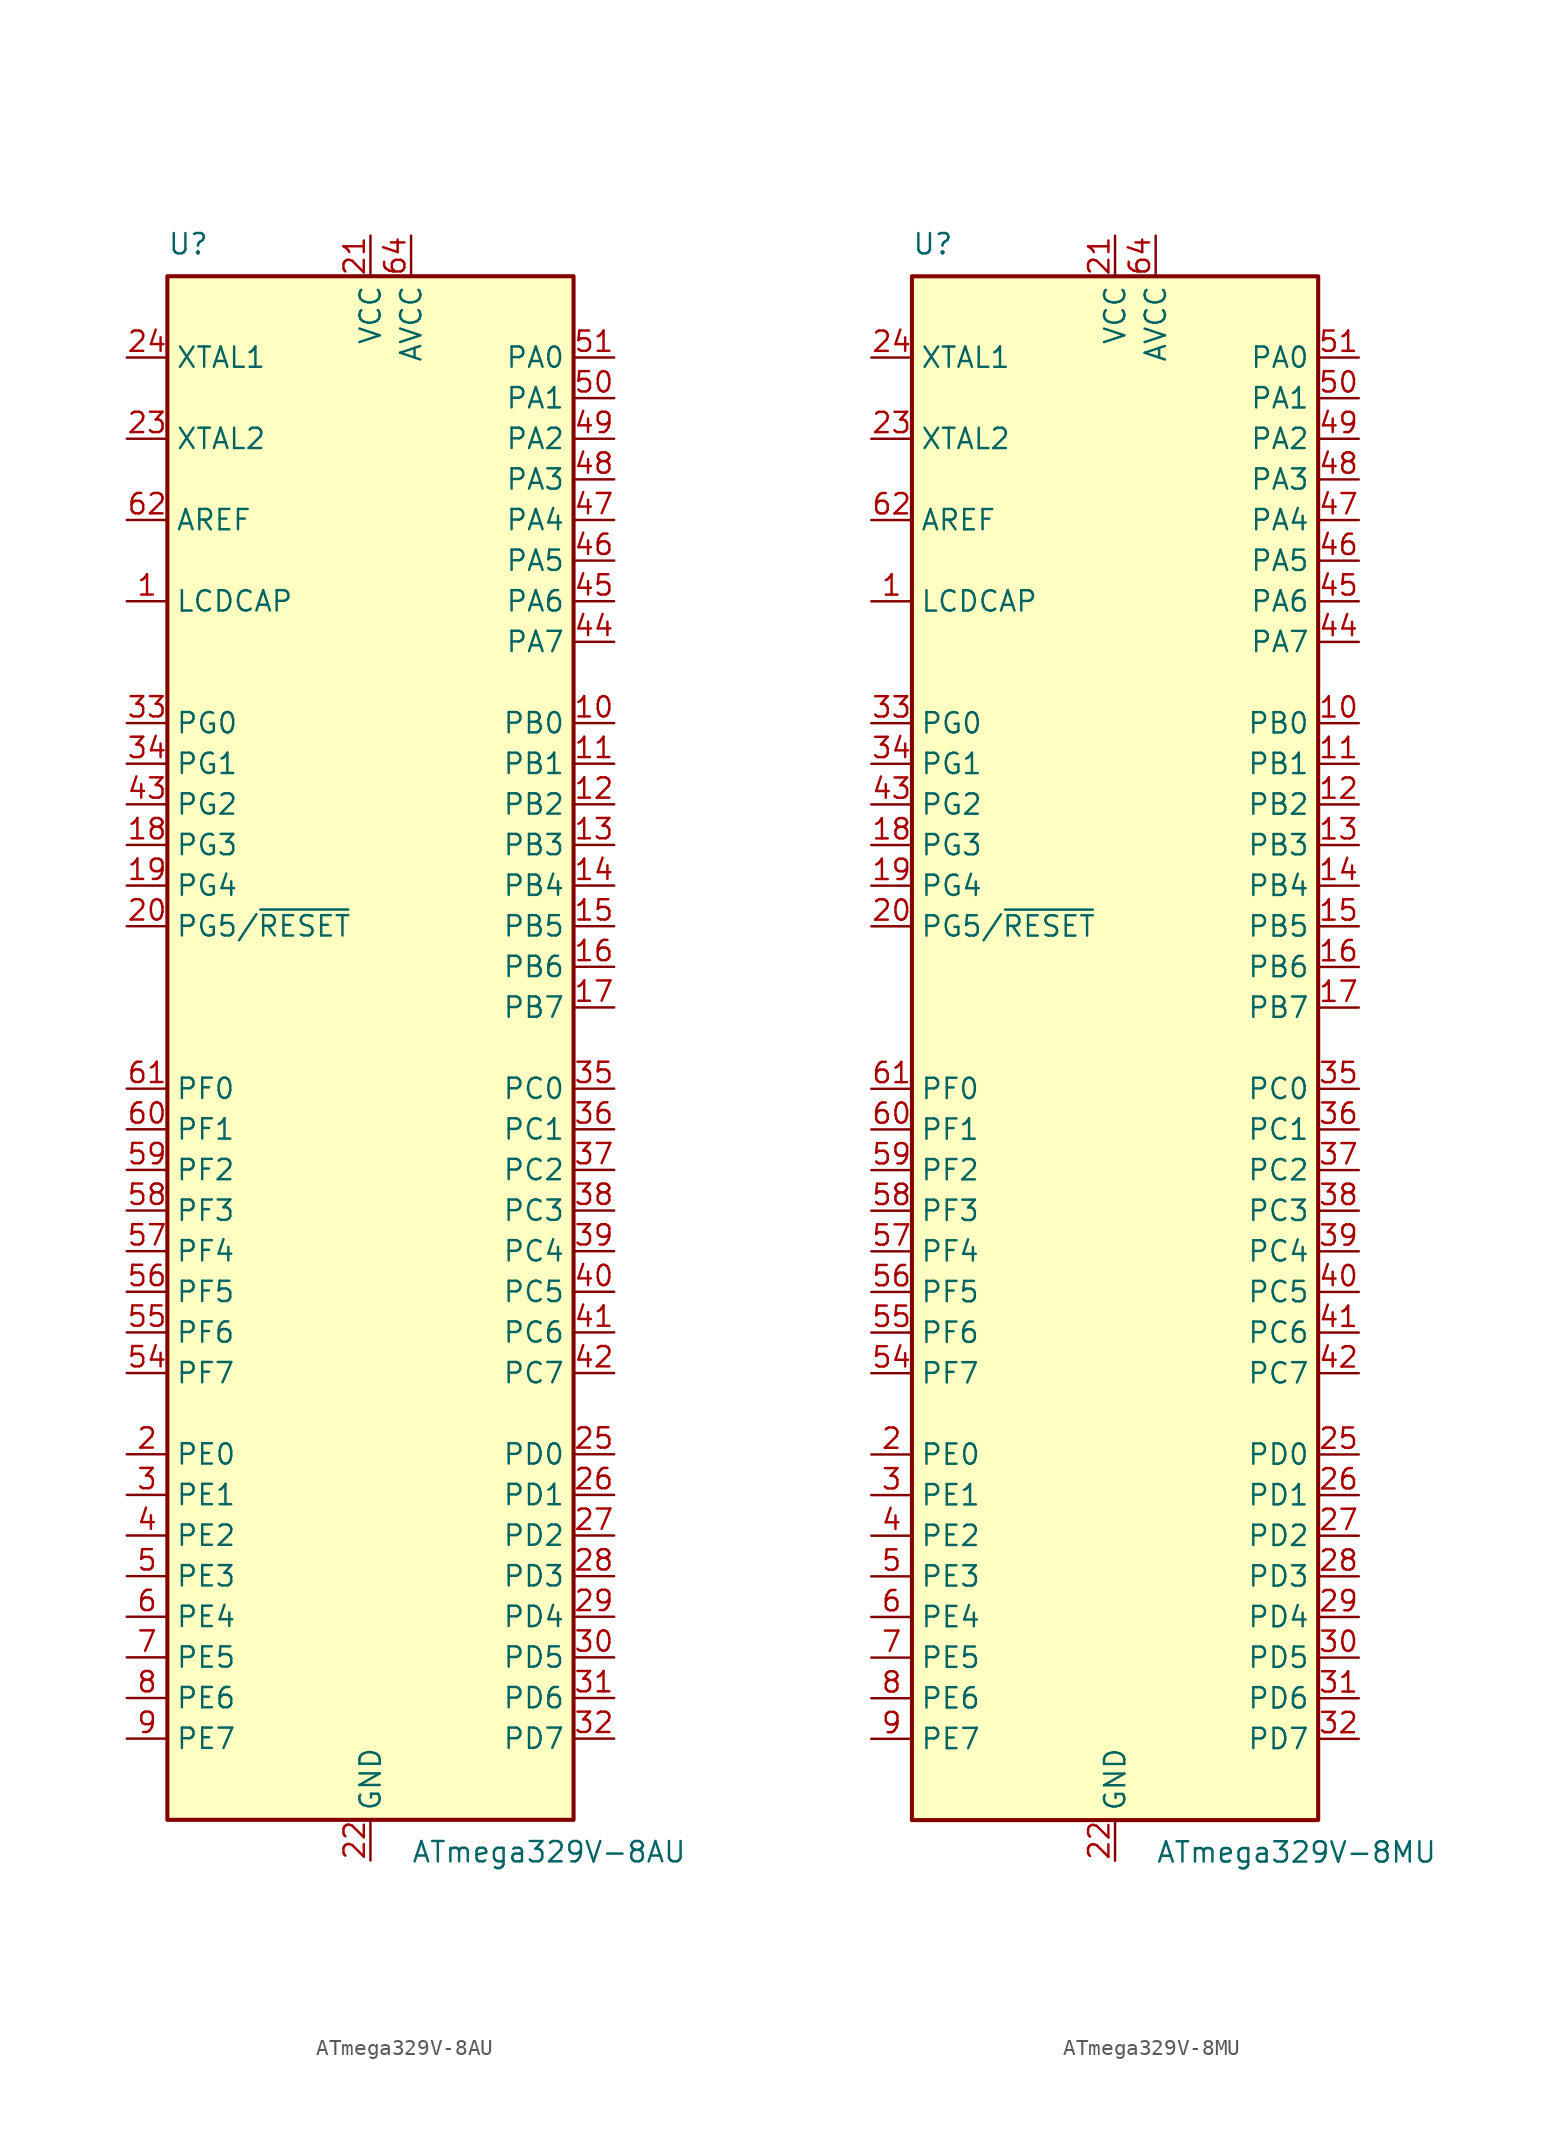
<source format=kicad_sym>
(kicad_symbol_lib
  (version 20211014)
  (generator kicad_symbol_editor)
  (symbol "ATmega329V-8AU"
    (property "Reference" "U"
      (at -12.7 49.53 0)
      (effects (font (size 1.27 1.27)) (justify left bottom)))
    (property "Value" "ATmega329V-8AU"
      (at 2.54 -49.53 0)
      (effects (font (size 1.27 1.27)) (justify left top)))
    (symbol "ATmega329V-8AU_0_1"
      (rectangle (start -12.7 -48.26) (end 12.7 48.26) (stroke (width 0.254) (type default) (color 0 0 0 0)) (fill (type background))))
    (symbol "ATmega329V-8AU_1_1"
      (pin passive line (at -15.24 27.94 0) (length 2.54) (name "LCDCAP" (effects (font (size 1.27 1.27)))) (number "1" (effects (font (size 1.27 1.27)))))
      (pin bidirectional line (at 15.24 20.32 180) (length 2.54) (name "PB0" (effects (font (size 1.27 1.27)))) (number "10" (effects (font (size 1.27 1.27)))))
      (pin bidirectional line (at 15.24 17.78 180) (length 2.54) (name "PB1" (effects (font (size 1.27 1.27)))) (number "11" (effects (font (size 1.27 1.27)))))
      (pin bidirectional line (at 15.24 15.24 180) (length 2.54) (name "PB2" (effects (font (size 1.27 1.27)))) (number "12" (effects (font (size 1.27 1.27)))))
      (pin bidirectional line (at 15.24 12.7 180) (length 2.54) (name "PB3" (effects (font (size 1.27 1.27)))) (number "13" (effects (font (size 1.27 1.27)))))
      (pin bidirectional line (at 15.24 10.16 180) (length 2.54) (name "PB4" (effects (font (size 1.27 1.27)))) (number "14" (effects (font (size 1.27 1.27)))))
      (pin bidirectional line (at 15.24 7.62 180) (length 2.54) (name "PB5" (effects (font (size 1.27 1.27)))) (number "15" (effects (font (size 1.27 1.27)))))
      (pin bidirectional line (at 15.24 5.08 180) (length 2.54) (name "PB6" (effects (font (size 1.27 1.27)))) (number "16" (effects (font (size 1.27 1.27)))))
      (pin bidirectional line (at 15.24 2.54 180) (length 2.54) (name "PB7" (effects (font (size 1.27 1.27)))) (number "17" (effects (font (size 1.27 1.27)))))
      (pin bidirectional line (at -15.24 12.7 0) (length 2.54) (name "PG3" (effects (font (size 1.27 1.27)))) (number "18" (effects (font (size 1.27 1.27)))))
      (pin bidirectional line (at -15.24 10.16 0) (length 2.54) (name "PG4" (effects (font (size 1.27 1.27)))) (number "19" (effects (font (size 1.27 1.27)))))
      (pin bidirectional line (at -15.24 -25.4 0) (length 2.54) (name "PE0" (effects (font (size 1.27 1.27)))) (number "2" (effects (font (size 1.27 1.27)))))
      (pin bidirectional line (at -15.24 7.62 0) (length 2.54) (name "PG5/~{RESET}" (effects (font (size 1.27 1.27)))) (number "20" (effects (font (size 1.27 1.27)))))
      (pin power_in line (at 0 50.8 270) (length 2.54) (name "VCC" (effects (font (size 1.27 1.27)))) (number "21" (effects (font (size 1.27 1.27)))))
      (pin power_in line (at 0 -50.8 90) (length 2.54) (name "GND" (effects (font (size 1.27 1.27)))) (number "22" (effects (font (size 1.27 1.27)))))
      (pin output line (at -15.24 38.1 0) (length 2.54) (name "XTAL2" (effects (font (size 1.27 1.27)))) (number "23" (effects (font (size 1.27 1.27)))))
      (pin input line (at -15.24 43.18 0) (length 2.54) (name "XTAL1" (effects (font (size 1.27 1.27)))) (number "24" (effects (font (size 1.27 1.27)))))
      (pin bidirectional line (at 15.24 -25.4 180) (length 2.54) (name "PD0" (effects (font (size 1.27 1.27)))) (number "25" (effects (font (size 1.27 1.27)))))
      (pin bidirectional line (at 15.24 -27.94 180) (length 2.54) (name "PD1" (effects (font (size 1.27 1.27)))) (number "26" (effects (font (size 1.27 1.27)))))
      (pin bidirectional line (at 15.24 -30.48 180) (length 2.54) (name "PD2" (effects (font (size 1.27 1.27)))) (number "27" (effects (font (size 1.27 1.27)))))
      (pin bidirectional line (at 15.24 -33.02 180) (length 2.54) (name "PD3" (effects (font (size 1.27 1.27)))) (number "28" (effects (font (size 1.27 1.27)))))
      (pin bidirectional line (at 15.24 -35.56 180) (length 2.54) (name "PD4" (effects (font (size 1.27 1.27)))) (number "29" (effects (font (size 1.27 1.27)))))
      (pin bidirectional line (at -15.24 -27.94 0) (length 2.54) (name "PE1" (effects (font (size 1.27 1.27)))) (number "3" (effects (font (size 1.27 1.27)))))
      (pin bidirectional line (at 15.24 -38.1 180) (length 2.54) (name "PD5" (effects (font (size 1.27 1.27)))) (number "30" (effects (font (size 1.27 1.27)))))
      (pin bidirectional line (at 15.24 -40.64 180) (length 2.54) (name "PD6" (effects (font (size 1.27 1.27)))) (number "31" (effects (font (size 1.27 1.27)))))
      (pin bidirectional line (at 15.24 -43.18 180) (length 2.54) (name "PD7" (effects (font (size 1.27 1.27)))) (number "32" (effects (font (size 1.27 1.27)))))
      (pin bidirectional line (at -15.24 20.32 0) (length 2.54) (name "PG0" (effects (font (size 1.27 1.27)))) (number "33" (effects (font (size 1.27 1.27)))))
      (pin bidirectional line (at -15.24 17.78 0) (length 2.54) (name "PG1" (effects (font (size 1.27 1.27)))) (number "34" (effects (font (size 1.27 1.27)))))
      (pin bidirectional line (at 15.24 -2.54 180) (length 2.54) (name "PC0" (effects (font (size 1.27 1.27)))) (number "35" (effects (font (size 1.27 1.27)))))
      (pin bidirectional line (at 15.24 -5.08 180) (length 2.54) (name "PC1" (effects (font (size 1.27 1.27)))) (number "36" (effects (font (size 1.27 1.27)))))
      (pin bidirectional line (at 15.24 -7.62 180) (length 2.54) (name "PC2" (effects (font (size 1.27 1.27)))) (number "37" (effects (font (size 1.27 1.27)))))
      (pin bidirectional line (at 15.24 -10.16 180) (length 2.54) (name "PC3" (effects (font (size 1.27 1.27)))) (number "38" (effects (font (size 1.27 1.27)))))
      (pin bidirectional line (at 15.24 -12.7 180) (length 2.54) (name "PC4" (effects (font (size 1.27 1.27)))) (number "39" (effects (font (size 1.27 1.27)))))
      (pin bidirectional line (at -15.24 -30.48 0) (length 2.54) (name "PE2" (effects (font (size 1.27 1.27)))) (number "4" (effects (font (size 1.27 1.27)))))
      (pin bidirectional line (at 15.24 -15.24 180) (length 2.54) (name "PC5" (effects (font (size 1.27 1.27)))) (number "40" (effects (font (size 1.27 1.27)))))
      (pin bidirectional line (at 15.24 -17.78 180) (length 2.54) (name "PC6" (effects (font (size 1.27 1.27)))) (number "41" (effects (font (size 1.27 1.27)))))
      (pin bidirectional line (at 15.24 -20.32 180) (length 2.54) (name "PC7" (effects (font (size 1.27 1.27)))) (number "42" (effects (font (size 1.27 1.27)))))
      (pin bidirectional line (at -15.24 15.24 0) (length 2.54) (name "PG2" (effects (font (size 1.27 1.27)))) (number "43" (effects (font (size 1.27 1.27)))))
      (pin bidirectional line (at 15.24 25.4 180) (length 2.54) (name "PA7" (effects (font (size 1.27 1.27)))) (number "44" (effects (font (size 1.27 1.27)))))
      (pin bidirectional line (at 15.24 27.94 180) (length 2.54) (name "PA6" (effects (font (size 1.27 1.27)))) (number "45" (effects (font (size 1.27 1.27)))))
      (pin bidirectional line (at 15.24 30.48 180) (length 2.54) (name "PA5" (effects (font (size 1.27 1.27)))) (number "46" (effects (font (size 1.27 1.27)))))
      (pin bidirectional line (at 15.24 33.02 180) (length 2.54) (name "PA4" (effects (font (size 1.27 1.27)))) (number "47" (effects (font (size 1.27 1.27)))))
      (pin bidirectional line (at 15.24 35.56 180) (length 2.54) (name "PA3" (effects (font (size 1.27 1.27)))) (number "48" (effects (font (size 1.27 1.27)))))
      (pin bidirectional line (at 15.24 38.1 180) (length 2.54) (name "PA2" (effects (font (size 1.27 1.27)))) (number "49" (effects (font (size 1.27 1.27)))))
      (pin bidirectional line (at -15.24 -33.02 0) (length 2.54) (name "PE3" (effects (font (size 1.27 1.27)))) (number "5" (effects (font (size 1.27 1.27)))))
      (pin bidirectional line (at 15.24 40.64 180) (length 2.54) (name "PA1" (effects (font (size 1.27 1.27)))) (number "50" (effects (font (size 1.27 1.27)))))
      (pin bidirectional line (at 15.24 43.18 180) (length 2.54) (name "PA0" (effects (font (size 1.27 1.27)))) (number "51" (effects (font (size 1.27 1.27)))))
      (pin passive line (at 0 50.8 270) (length 2.54) hide (name "VCC" (effects (font (size 1.27 1.27)))) (number "52" (effects (font (size 1.27 1.27)))))
      (pin passive line (at 0 -50.8 90) (length 2.54) hide (name "GND" (effects (font (size 1.27 1.27)))) (number "53" (effects (font (size 1.27 1.27)))))
      (pin bidirectional line (at -15.24 -20.32 0) (length 2.54) (name "PF7" (effects (font (size 1.27 1.27)))) (number "54" (effects (font (size 1.27 1.27)))))
      (pin bidirectional line (at -15.24 -17.78 0) (length 2.54) (name "PF6" (effects (font (size 1.27 1.27)))) (number "55" (effects (font (size 1.27 1.27)))))
      (pin bidirectional line (at -15.24 -15.24 0) (length 2.54) (name "PF5" (effects (font (size 1.27 1.27)))) (number "56" (effects (font (size 1.27 1.27)))))
      (pin bidirectional line (at -15.24 -12.7 0) (length 2.54) (name "PF4" (effects (font (size 1.27 1.27)))) (number "57" (effects (font (size 1.27 1.27)))))
      (pin bidirectional line (at -15.24 -10.16 0) (length 2.54) (name "PF3" (effects (font (size 1.27 1.27)))) (number "58" (effects (font (size 1.27 1.27)))))
      (pin bidirectional line (at -15.24 -7.62 0) (length 2.54) (name "PF2" (effects (font (size 1.27 1.27)))) (number "59" (effects (font (size 1.27 1.27)))))
      (pin bidirectional line (at -15.24 -35.56 0) (length 2.54) (name "PE4" (effects (font (size 1.27 1.27)))) (number "6" (effects (font (size 1.27 1.27)))))
      (pin bidirectional line (at -15.24 -5.08 0) (length 2.54) (name "PF1" (effects (font (size 1.27 1.27)))) (number "60" (effects (font (size 1.27 1.27)))))
      (pin bidirectional line (at -15.24 -2.54 0) (length 2.54) (name "PF0" (effects (font (size 1.27 1.27)))) (number "61" (effects (font (size 1.27 1.27)))))
      (pin passive line (at -15.24 33.02 0) (length 2.54) (name "AREF" (effects (font (size 1.27 1.27)))) (number "62" (effects (font (size 1.27 1.27)))))
      (pin passive line (at 0 -50.8 90) (length 2.54) hide (name "GND" (effects (font (size 1.27 1.27)))) (number "63" (effects (font (size 1.27 1.27)))))
      (pin power_in line (at 2.54 50.8 270) (length 2.54) (name "AVCC" (effects (font (size 1.27 1.27)))) (number "64" (effects (font (size 1.27 1.27)))))
      (pin bidirectional line (at -15.24 -38.1 0) (length 2.54) (name "PE5" (effects (font (size 1.27 1.27)))) (number "7" (effects (font (size 1.27 1.27)))))
      (pin bidirectional line (at -15.24 -40.64 0) (length 2.54) (name "PE6" (effects (font (size 1.27 1.27)))) (number "8" (effects (font (size 1.27 1.27)))))
      (pin bidirectional line (at -15.24 -43.18 0) (length 2.54) (name "PE7" (effects (font (size 1.27 1.27)))) (number "9" (effects (font (size 1.27 1.27)))))))
  (symbol "ATmega329V-8MU"
    (property "Reference" "U"
      (at -12.7 49.53 0)
      (effects (font (size 1.27 1.27)) (justify left bottom)))
    (property "Value" "ATmega329V-8MU"
      (at 2.54 -49.53 0)
      (effects (font (size 1.27 1.27)) (justify left top)))
    (symbol "ATmega329V-8MU_0_1"
      (rectangle (start -12.7 -48.26) (end 12.7 48.26) (stroke (width 0.254) (type default) (color 0 0 0 0)) (fill (type background))))
    (symbol "ATmega329V-8MU_1_1"
      (pin passive line (at -15.24 27.94 0) (length 2.54) (name "LCDCAP" (effects (font (size 1.27 1.27)))) (number "1" (effects (font (size 1.27 1.27)))))
      (pin bidirectional line (at 15.24 20.32 180) (length 2.54) (name "PB0" (effects (font (size 1.27 1.27)))) (number "10" (effects (font (size 1.27 1.27)))))
      (pin bidirectional line (at 15.24 17.78 180) (length 2.54) (name "PB1" (effects (font (size 1.27 1.27)))) (number "11" (effects (font (size 1.27 1.27)))))
      (pin bidirectional line (at 15.24 15.24 180) (length 2.54) (name "PB2" (effects (font (size 1.27 1.27)))) (number "12" (effects (font (size 1.27 1.27)))))
      (pin bidirectional line (at 15.24 12.7 180) (length 2.54) (name "PB3" (effects (font (size 1.27 1.27)))) (number "13" (effects (font (size 1.27 1.27)))))
      (pin bidirectional line (at 15.24 10.16 180) (length 2.54) (name "PB4" (effects (font (size 1.27 1.27)))) (number "14" (effects (font (size 1.27 1.27)))))
      (pin bidirectional line (at 15.24 7.62 180) (length 2.54) (name "PB5" (effects (font (size 1.27 1.27)))) (number "15" (effects (font (size 1.27 1.27)))))
      (pin bidirectional line (at 15.24 5.08 180) (length 2.54) (name "PB6" (effects (font (size 1.27 1.27)))) (number "16" (effects (font (size 1.27 1.27)))))
      (pin bidirectional line (at 15.24 2.54 180) (length 2.54) (name "PB7" (effects (font (size 1.27 1.27)))) (number "17" (effects (font (size 1.27 1.27)))))
      (pin bidirectional line (at -15.24 12.7 0) (length 2.54) (name "PG3" (effects (font (size 1.27 1.27)))) (number "18" (effects (font (size 1.27 1.27)))))
      (pin bidirectional line (at -15.24 10.16 0) (length 2.54) (name "PG4" (effects (font (size 1.27 1.27)))) (number "19" (effects (font (size 1.27 1.27)))))
      (pin bidirectional line (at -15.24 -25.4 0) (length 2.54) (name "PE0" (effects (font (size 1.27 1.27)))) (number "2" (effects (font (size 1.27 1.27)))))
      (pin bidirectional line (at -15.24 7.62 0) (length 2.54) (name "PG5/~{RESET}" (effects (font (size 1.27 1.27)))) (number "20" (effects (font (size 1.27 1.27)))))
      (pin power_in line (at 0 50.8 270) (length 2.54) (name "VCC" (effects (font (size 1.27 1.27)))) (number "21" (effects (font (size 1.27 1.27)))))
      (pin power_in line (at 0 -50.8 90) (length 2.54) (name "GND" (effects (font (size 1.27 1.27)))) (number "22" (effects (font (size 1.27 1.27)))))
      (pin output line (at -15.24 38.1 0) (length 2.54) (name "XTAL2" (effects (font (size 1.27 1.27)))) (number "23" (effects (font (size 1.27 1.27)))))
      (pin input line (at -15.24 43.18 0) (length 2.54) (name "XTAL1" (effects (font (size 1.27 1.27)))) (number "24" (effects (font (size 1.27 1.27)))))
      (pin bidirectional line (at 15.24 -25.4 180) (length 2.54) (name "PD0" (effects (font (size 1.27 1.27)))) (number "25" (effects (font (size 1.27 1.27)))))
      (pin bidirectional line (at 15.24 -27.94 180) (length 2.54) (name "PD1" (effects (font (size 1.27 1.27)))) (number "26" (effects (font (size 1.27 1.27)))))
      (pin bidirectional line (at 15.24 -30.48 180) (length 2.54) (name "PD2" (effects (font (size 1.27 1.27)))) (number "27" (effects (font (size 1.27 1.27)))))
      (pin bidirectional line (at 15.24 -33.02 180) (length 2.54) (name "PD3" (effects (font (size 1.27 1.27)))) (number "28" (effects (font (size 1.27 1.27)))))
      (pin bidirectional line (at 15.24 -35.56 180) (length 2.54) (name "PD4" (effects (font (size 1.27 1.27)))) (number "29" (effects (font (size 1.27 1.27)))))
      (pin bidirectional line (at -15.24 -27.94 0) (length 2.54) (name "PE1" (effects (font (size 1.27 1.27)))) (number "3" (effects (font (size 1.27 1.27)))))
      (pin bidirectional line (at 15.24 -38.1 180) (length 2.54) (name "PD5" (effects (font (size 1.27 1.27)))) (number "30" (effects (font (size 1.27 1.27)))))
      (pin bidirectional line (at 15.24 -40.64 180) (length 2.54) (name "PD6" (effects (font (size 1.27 1.27)))) (number "31" (effects (font (size 1.27 1.27)))))
      (pin bidirectional line (at 15.24 -43.18 180) (length 2.54) (name "PD7" (effects (font (size 1.27 1.27)))) (number "32" (effects (font (size 1.27 1.27)))))
      (pin bidirectional line (at -15.24 20.32 0) (length 2.54) (name "PG0" (effects (font (size 1.27 1.27)))) (number "33" (effects (font (size 1.27 1.27)))))
      (pin bidirectional line (at -15.24 17.78 0) (length 2.54) (name "PG1" (effects (font (size 1.27 1.27)))) (number "34" (effects (font (size 1.27 1.27)))))
      (pin bidirectional line (at 15.24 -2.54 180) (length 2.54) (name "PC0" (effects (font (size 1.27 1.27)))) (number "35" (effects (font (size 1.27 1.27)))))
      (pin bidirectional line (at 15.24 -5.08 180) (length 2.54) (name "PC1" (effects (font (size 1.27 1.27)))) (number "36" (effects (font (size 1.27 1.27)))))
      (pin bidirectional line (at 15.24 -7.62 180) (length 2.54) (name "PC2" (effects (font (size 1.27 1.27)))) (number "37" (effects (font (size 1.27 1.27)))))
      (pin bidirectional line (at 15.24 -10.16 180) (length 2.54) (name "PC3" (effects (font (size 1.27 1.27)))) (number "38" (effects (font (size 1.27 1.27)))))
      (pin bidirectional line (at 15.24 -12.7 180) (length 2.54) (name "PC4" (effects (font (size 1.27 1.27)))) (number "39" (effects (font (size 1.27 1.27)))))
      (pin bidirectional line (at -15.24 -30.48 0) (length 2.54) (name "PE2" (effects (font (size 1.27 1.27)))) (number "4" (effects (font (size 1.27 1.27)))))
      (pin bidirectional line (at 15.24 -15.24 180) (length 2.54) (name "PC5" (effects (font (size 1.27 1.27)))) (number "40" (effects (font (size 1.27 1.27)))))
      (pin bidirectional line (at 15.24 -17.78 180) (length 2.54) (name "PC6" (effects (font (size 1.27 1.27)))) (number "41" (effects (font (size 1.27 1.27)))))
      (pin bidirectional line (at 15.24 -20.32 180) (length 2.54) (name "PC7" (effects (font (size 1.27 1.27)))) (number "42" (effects (font (size 1.27 1.27)))))
      (pin bidirectional line (at -15.24 15.24 0) (length 2.54) (name "PG2" (effects (font (size 1.27 1.27)))) (number "43" (effects (font (size 1.27 1.27)))))
      (pin bidirectional line (at 15.24 25.4 180) (length 2.54) (name "PA7" (effects (font (size 1.27 1.27)))) (number "44" (effects (font (size 1.27 1.27)))))
      (pin bidirectional line (at 15.24 27.94 180) (length 2.54) (name "PA6" (effects (font (size 1.27 1.27)))) (number "45" (effects (font (size 1.27 1.27)))))
      (pin bidirectional line (at 15.24 30.48 180) (length 2.54) (name "PA5" (effects (font (size 1.27 1.27)))) (number "46" (effects (font (size 1.27 1.27)))))
      (pin bidirectional line (at 15.24 33.02 180) (length 2.54) (name "PA4" (effects (font (size 1.27 1.27)))) (number "47" (effects (font (size 1.27 1.27)))))
      (pin bidirectional line (at 15.24 35.56 180) (length 2.54) (name "PA3" (effects (font (size 1.27 1.27)))) (number "48" (effects (font (size 1.27 1.27)))))
      (pin bidirectional line (at 15.24 38.1 180) (length 2.54) (name "PA2" (effects (font (size 1.27 1.27)))) (number "49" (effects (font (size 1.27 1.27)))))
      (pin bidirectional line (at -15.24 -33.02 0) (length 2.54) (name "PE3" (effects (font (size 1.27 1.27)))) (number "5" (effects (font (size 1.27 1.27)))))
      (pin bidirectional line (at 15.24 40.64 180) (length 2.54) (name "PA1" (effects (font (size 1.27 1.27)))) (number "50" (effects (font (size 1.27 1.27)))))
      (pin bidirectional line (at 15.24 43.18 180) (length 2.54) (name "PA0" (effects (font (size 1.27 1.27)))) (number "51" (effects (font (size 1.27 1.27)))))
      (pin passive line (at 0 50.8 270) (length 2.54) hide (name "VCC" (effects (font (size 1.27 1.27)))) (number "52" (effects (font (size 1.27 1.27)))))
      (pin passive line (at 0 -50.8 90) (length 2.54) hide (name "GND" (effects (font (size 1.27 1.27)))) (number "53" (effects (font (size 1.27 1.27)))))
      (pin bidirectional line (at -15.24 -20.32 0) (length 2.54) (name "PF7" (effects (font (size 1.27 1.27)))) (number "54" (effects (font (size 1.27 1.27)))))
      (pin bidirectional line (at -15.24 -17.78 0) (length 2.54) (name "PF6" (effects (font (size 1.27 1.27)))) (number "55" (effects (font (size 1.27 1.27)))))
      (pin bidirectional line (at -15.24 -15.24 0) (length 2.54) (name "PF5" (effects (font (size 1.27 1.27)))) (number "56" (effects (font (size 1.27 1.27)))))
      (pin bidirectional line (at -15.24 -12.7 0) (length 2.54) (name "PF4" (effects (font (size 1.27 1.27)))) (number "57" (effects (font (size 1.27 1.27)))))
      (pin bidirectional line (at -15.24 -10.16 0) (length 2.54) (name "PF3" (effects (font (size 1.27 1.27)))) (number "58" (effects (font (size 1.27 1.27)))))
      (pin bidirectional line (at -15.24 -7.62 0) (length 2.54) (name "PF2" (effects (font (size 1.27 1.27)))) (number "59" (effects (font (size 1.27 1.27)))))
      (pin bidirectional line (at -15.24 -35.56 0) (length 2.54) (name "PE4" (effects (font (size 1.27 1.27)))) (number "6" (effects (font (size 1.27 1.27)))))
      (pin bidirectional line (at -15.24 -5.08 0) (length 2.54) (name "PF1" (effects (font (size 1.27 1.27)))) (number "60" (effects (font (size 1.27 1.27)))))
      (pin bidirectional line (at -15.24 -2.54 0) (length 2.54) (name "PF0" (effects (font (size 1.27 1.27)))) (number "61" (effects (font (size 1.27 1.27)))))
      (pin passive line (at -15.24 33.02 0) (length 2.54) (name "AREF" (effects (font (size 1.27 1.27)))) (number "62" (effects (font (size 1.27 1.27)))))
      (pin passive line (at 0 -50.8 90) (length 2.54) hide (name "GND" (effects (font (size 1.27 1.27)))) (number "63" (effects (font (size 1.27 1.27)))))
      (pin power_in line (at 2.54 50.8 270) (length 2.54) (name "AVCC" (effects (font (size 1.27 1.27)))) (number "64" (effects (font (size 1.27 1.27)))))
      (pin passive line (at 0 -50.8 90) (length 2.54) hide (name "GND" (effects (font (size 1.27 1.27)))) (number "65" (effects (font (size 1.27 1.27)))))
      (pin bidirectional line (at -15.24 -38.1 0) (length 2.54) (name "PE5" (effects (font (size 1.27 1.27)))) (number "7" (effects (font (size 1.27 1.27)))))
      (pin bidirectional line (at -15.24 -40.64 0) (length 2.54) (name "PE6" (effects (font (size 1.27 1.27)))) (number "8" (effects (font (size 1.27 1.27)))))
      (pin bidirectional line (at -15.24 -43.18 0) (length 2.54) (name "PE7" (effects (font (size 1.27 1.27)))) (number "9" (effects (font (size 1.27 1.27))))))))
</source>
